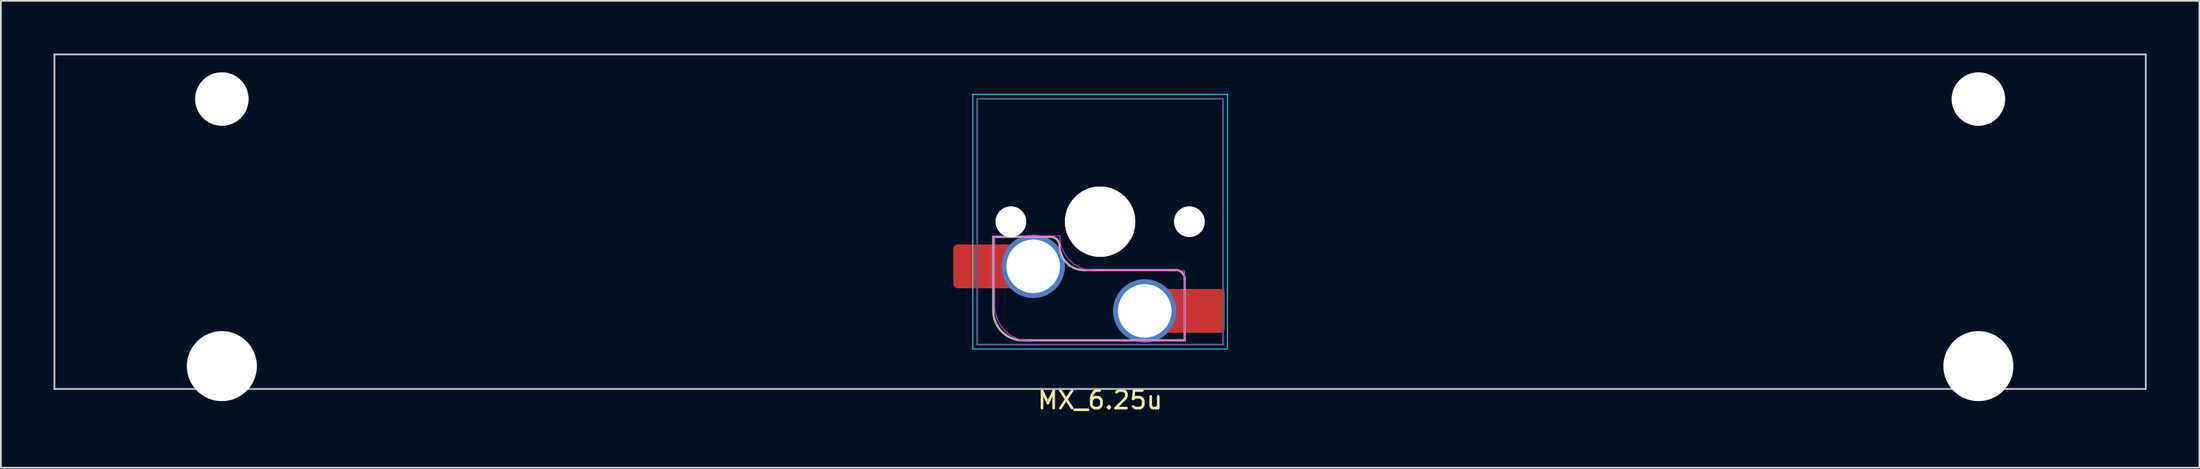
<source format=kicad_pcb>
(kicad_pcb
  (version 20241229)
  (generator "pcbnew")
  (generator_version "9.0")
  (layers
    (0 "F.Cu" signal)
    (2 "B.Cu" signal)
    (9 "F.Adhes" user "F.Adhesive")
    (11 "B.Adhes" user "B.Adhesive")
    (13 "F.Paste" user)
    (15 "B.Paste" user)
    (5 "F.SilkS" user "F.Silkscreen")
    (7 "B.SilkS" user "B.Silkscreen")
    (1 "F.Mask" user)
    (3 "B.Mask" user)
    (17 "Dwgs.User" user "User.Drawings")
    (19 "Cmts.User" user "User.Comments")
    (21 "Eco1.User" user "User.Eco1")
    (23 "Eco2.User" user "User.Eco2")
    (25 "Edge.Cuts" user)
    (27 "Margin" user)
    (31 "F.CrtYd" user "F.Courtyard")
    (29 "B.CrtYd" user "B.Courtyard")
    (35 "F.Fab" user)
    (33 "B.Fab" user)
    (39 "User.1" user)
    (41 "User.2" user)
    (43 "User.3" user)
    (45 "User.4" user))
  (footprint "MX_6.25u"
    (layer "F.Cu")
    (at 58.946 13.385)
    (property "Reference" "MX_6.25u" (at 0.635 6.35 0) (layer "F.SilkS") (effects (font (size 1 1) (thickness 0.15))))
    (attr smd)
    (fp_line (start -58.896 -13.335) (end -58.896 5.715) (stroke (width 0.1) (type solid)) (layer "Dwgs.User"))
    (fp_line (start -58.896 5.715) (end 60.166 5.715) (stroke (width 0.1) (type solid)) (layer "Dwgs.User"))
    (fp_line (start 60.166 -13.335) (end -58.896 -13.335) (stroke (width 0.1) (type solid)) (layer "Dwgs.User"))
    (fp_line (start 60.166 5.715) (end 60.166 -13.335) (stroke (width 0.1) (type solid)) (layer "Dwgs.User"))
    (fp_line (start -52.74 -9.34) (end -52.74 2.96) (stroke (width 0.1) (type solid)) (layer "Eco1.User"))
    (fp_line (start -52.74 2.96) (end -45.99 2.96) (stroke (width 0.1) (type solid)) (layer "Eco1.User"))
    (fp_line (start -45.99 -9.34) (end -52.74 -9.34) (stroke (width 0.1) (type solid)) (layer "Eco1.User"))
    (fp_line (start -45.99 2.96) (end -45.99 -9.34) (stroke (width 0.1) (type solid)) (layer "Eco1.User"))
    (fp_line (start 47.26 -9.34) (end 47.26 2.96) (stroke (width 0.1) (type solid)) (layer "Eco1.User"))
    (fp_line (start 47.26 2.96) (end 54.01 2.96) (stroke (width 0.1) (type solid)) (layer "Eco1.User"))
    (fp_line (start 54.01 -9.34) (end 47.26 -9.34) (stroke (width 0.1) (type solid)) (layer "Eco1.User"))
    (fp_line (start 54.01 2.96) (end 54.01 -9.34) (stroke (width 0.1) (type solid)) (layer "Eco1.User"))
    (fp_line (start -6.615 -11.06) (end -6.615 3.44) (stroke (width 0.05) (type solid)) (layer "B.CrtYd"))
    (fp_line (start -6.615 3.44) (end 7.885 3.44) (stroke (width 0.05) (type solid)) (layer "B.CrtYd"))
    (fp_line (start 7.885 -11.06) (end -6.615 -11.06) (stroke (width 0.05) (type solid)) (layer "B.CrtYd"))
    (fp_line (start 7.885 3.44) (end 7.885 -11.06) (stroke (width 0.05) (type solid)) (layer "B.CrtYd"))
    (fp_line (start -5.365 0.99) (end -5.365 -3.01) (stroke (width 0.05) (type solid)) (layer "F.CrtYd"))
    (fp_line (start -1.665 -3.01) (end -5.365 -3.01) (stroke (width 0.05) (type solid)) (layer "F.CrtYd"))
    (fp_line (start 5.435 -1.01) (end 0.335 -1.01) (stroke (width 0.05) (type solid)) (layer "F.CrtYd"))
    (fp_line (start 5.435 -1.01) (end 5.435 2.99) (stroke (width 0.05) (type solid)) (layer "F.CrtYd"))
    (fp_line (start 5.435 2.99) (end -3.365 2.99) (stroke (width 0.05) (type solid)) (layer "F.CrtYd"))
    (fp_arc (start -3.365 2.99) (mid -4.779214 2.404214) (end -5.365 0.99) (stroke (width 0.05) (type solid)) (layer "F.CrtYd"))
    (fp_arc (start 0.335 -1.01) (mid -1.079214 -1.595786) (end -1.665 -3.01) (stroke (width 0.05) (type solid)) (layer "F.CrtYd"))
    (fp_line (start -6.365 -10.81) (end -6.365 3.19) (stroke (width 0.1) (type solid)) (layer "B.Fab"))
    (fp_line (start -6.365 3.19) (end 7.635 3.19) (stroke (width 0.1) (type solid)) (layer "B.Fab"))
    (fp_line (start 7.635 -10.81) (end -6.365 -10.81) (stroke (width 0.1) (type solid)) (layer "B.Fab"))
    (fp_line (start 7.635 3.19) (end 7.635 -10.81) (stroke (width 0.1) (type solid)) (layer "B.Fab"))
    (fp_line (start -5.45 -2.945) (end -2.175 -2.945) (stroke (width 0.127) (type solid)) (layer "F.Fab"))
    (fp_line (start -5.45 1.27) (end -5.45 -2.945) (stroke (width 0.127) (type solid)) (layer "F.Fab"))
    (fp_line (start -0.285 -1.055) (end 4.95 -1.055) (stroke (width 0.127) (type solid)) (layer "F.Fab"))
    (fp_line (start 5.45 -0.555) (end 5.45 2.945) (stroke (width 0.127) (type solid)) (layer "F.Fab"))
    (fp_line (start 5.45 2.945) (end -3.775 2.945) (stroke (width 0.127) (type solid)) (layer "F.Fab"))
    (fp_arc (start -3.775 2.945) (mid -4.959404 2.454404) (end -5.45 1.27) (stroke (width 0.127) (type solid)) (layer "F.Fab"))
    (fp_arc (start -2.175 -2.945) (mid -1.821447 -2.798553) (end -1.675 -2.445) (stroke (width 0.127) (type solid)) (layer "F.Fab"))
    (fp_arc (start -0.285 -1.055) (mid -1.267878 -1.462122) (end -1.675 -2.445) (stroke (width 0.127) (type solid)) (layer "F.Fab"))
    (fp_arc (start 4.95 -1.055) (mid 5.303553 -0.908553) (end 5.45 -0.555) (stroke (width 0.127) (type solid)) (layer "F.Fab"))
    (pad "" np_thru_hole circle (at -49.365 -10.795) (size 3.048 3.048) (drill 3.048) (layers "*.Cu" "*.Mask"))
    (pad "" np_thru_hole circle (at -49.365 4.415) (size 3.988 3.988) (drill 3.988) (layers "*.Cu" "*.Mask"))
    (pad "" np_thru_hole circle (at -4.445 -3.81 180) (size 1.75 1.75) (drill 1.75) (layers "*.Cu" "*.Mask"))
    (pad "" np_thru_hole circle (at 0.635 -3.81 180) (size 4 4) (drill 4) (layers "*.Cu" "*.Mask"))
    (pad "" np_thru_hole circle (at 0.635 -3.81 180) (size 4 4) (drill 4) (layers "*.Cu" "*.Mask"))
    (pad "" np_thru_hole circle (at 5.715 -3.81 180) (size 1.75 1.75) (drill 1.75) (layers "*.Cu" "*.Mask"))
    (pad "" np_thru_hole circle (at 50.635 -10.795) (size 3.048 3.048) (drill 3.048) (layers "*.Cu" "*.Mask"))
    (pad "" np_thru_hole circle (at 50.635 4.415) (size 3.988 3.988) (drill 3.988) (layers "*.Cu" "*.Mask"))
    (pad "1" smd roundrect (at -5.95 -1.27 180) (size 3.55 2.5) (layers "F.Cu") (roundrect_rratio 0.1))
    (pad "1" thru_hole circle (at -3.175 -1.27 180) (size 3.6 3.6) (drill 3.05) (layers "*.Cu" "*.Mask"))
    (pad "2" thru_hole circle (at 3.175 1.27 180) (size 3.6 3.6) (drill 3.05) (layers "*.Cu" "*.Mask"))
    (pad "2" smd roundrect (at 5.955 1.27 180) (size 3.55 2.5) (layers "F.Cu") (roundrect_rratio 0.1)))
  (gr_rect
    (start -3 -3)
    (end 122.162 23.583)
    (stroke (width 0.1) (type default))
    (fill no)
    (layer "Edge.Cuts")))
</source>
